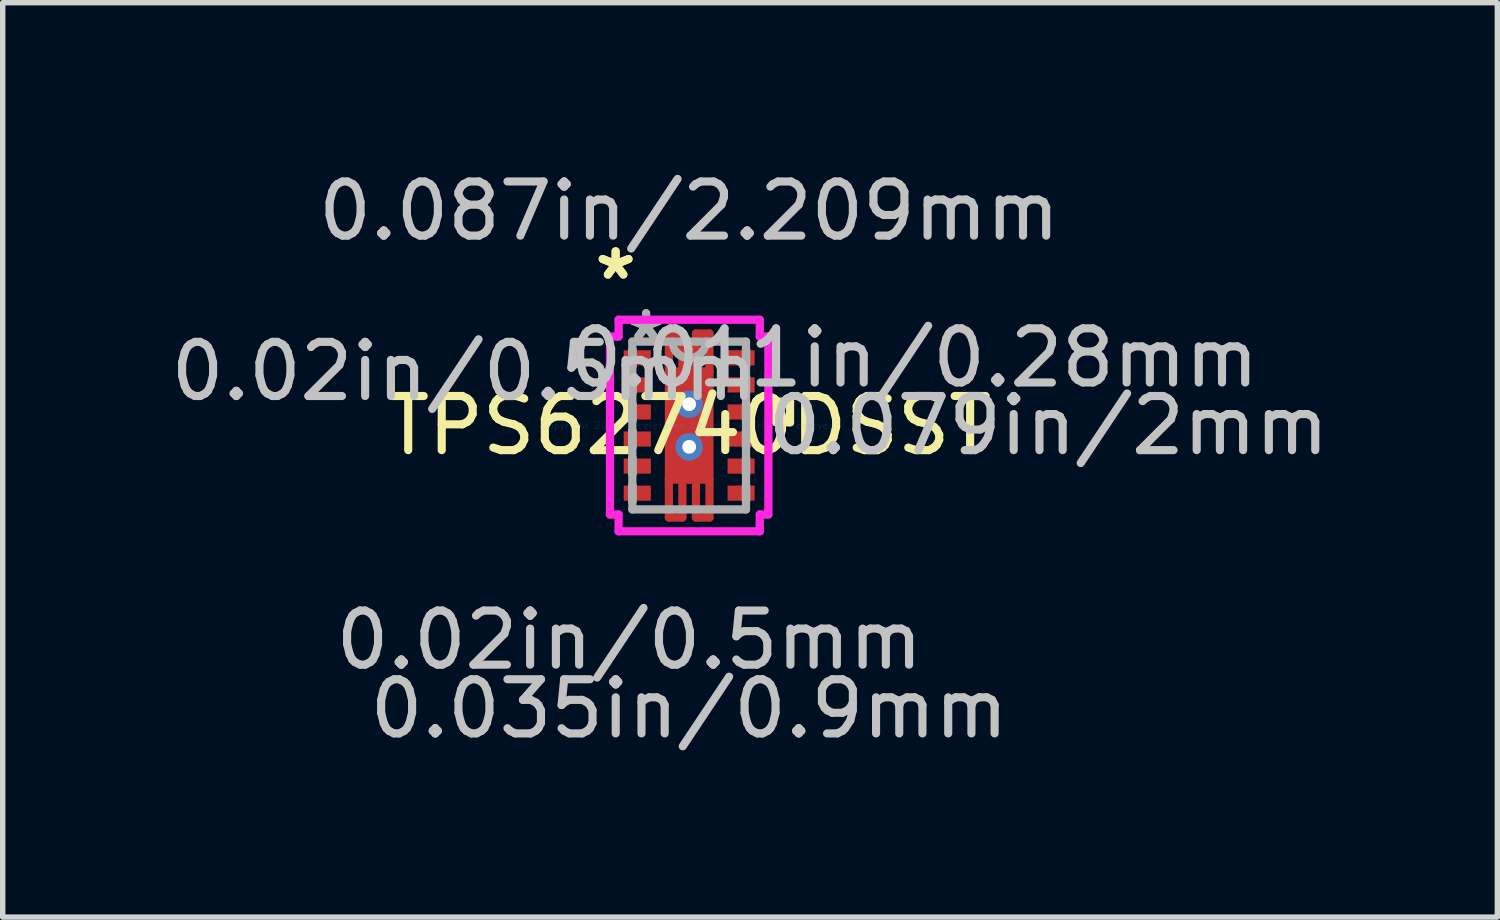
<source format=kicad_pcb>
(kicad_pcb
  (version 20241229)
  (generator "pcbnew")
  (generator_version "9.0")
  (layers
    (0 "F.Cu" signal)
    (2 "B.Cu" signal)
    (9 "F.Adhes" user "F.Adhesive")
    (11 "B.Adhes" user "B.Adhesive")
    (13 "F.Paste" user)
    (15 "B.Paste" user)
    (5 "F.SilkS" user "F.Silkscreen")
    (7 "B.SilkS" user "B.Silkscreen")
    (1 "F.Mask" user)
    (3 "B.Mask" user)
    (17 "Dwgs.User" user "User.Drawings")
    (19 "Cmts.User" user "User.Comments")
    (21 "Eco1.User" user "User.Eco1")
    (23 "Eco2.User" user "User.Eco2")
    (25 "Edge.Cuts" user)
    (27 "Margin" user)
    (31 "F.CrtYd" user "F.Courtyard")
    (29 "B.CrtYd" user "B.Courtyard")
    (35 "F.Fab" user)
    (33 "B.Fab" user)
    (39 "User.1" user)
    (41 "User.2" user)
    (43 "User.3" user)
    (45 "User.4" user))
  (footprint "TPS62740DSST"
    (layer "F.Cu")
    (at 9.682 4.811)
    (property "Reference" "TPS62740DSST" (at 0 0 0) (layer "F.SilkS") (effects (font (size 1 1) (thickness 0.15))))
    (attr through_hole)
    (fp_line (start -0.375 -1.7) (end -0.375 -1) (stroke (width 0.152) (type solid)) (layer "F.Cu"))
    (fp_line (start -0.375 -1) (end -0.125 -1) (stroke (width 0.152) (type solid)) (layer "F.Cu"))
    (fp_line (start -0.375 1) (end -0.125 1) (stroke (width 0.152) (type solid)) (layer "F.Cu"))
    (fp_line (start -0.375 1.7) (end -0.375 1) (stroke (width 0.152) (type solid)) (layer "F.Cu"))
    (fp_line (start -0.125 -1.7) (end -0.375 -1.7) (stroke (width 0.152) (type solid)) (layer "F.Cu"))
    (fp_line (start -0.125 -1) (end -0.125 -1.7) (stroke (width 0.152) (type solid)) (layer "F.Cu"))
    (fp_line (start -0.125 1) (end -0.125 1.7) (stroke (width 0.152) (type solid)) (layer "F.Cu"))
    (fp_line (start -0.125 1.7) (end -0.375 1.7) (stroke (width 0.152) (type solid)) (layer "F.Cu"))
    (fp_line (start 0 -1) (end 0 -1) (stroke (width 0.152) (type solid)) (layer "F.Cu"))
    (fp_line (start 0 -1) (end 0 -1) (stroke (width 0.152) (type solid)) (layer "F.Cu"))
    (fp_line (start 0 -1) (end 0 -1) (stroke (width 0.152) (type solid)) (layer "F.Cu"))
    (fp_line (start 0 -1) (end 0 -1) (stroke (width 0.152) (type solid)) (layer "F.Cu"))
    (fp_line (start 0 -1) (end 0 -1) (stroke (width 0.152) (type solid)) (layer "F.Cu"))
    (fp_line (start 0 -1) (end 0 -1) (stroke (width 0.152) (type solid)) (layer "F.Cu"))
    (fp_line (start 0 -1) (end 0 -1) (stroke (width 0.152) (type solid)) (layer "F.Cu"))
    (fp_line (start 0 -1) (end 0 -1) (stroke (width 0.152) (type solid)) (layer "F.Cu"))
    (fp_line (start 0 1) (end 0 1) (stroke (width 0.152) (type solid)) (layer "F.Cu"))
    (fp_line (start 0 1) (end 0 1) (stroke (width 0.152) (type solid)) (layer "F.Cu"))
    (fp_line (start 0 1) (end 0 1) (stroke (width 0.152) (type solid)) (layer "F.Cu"))
    (fp_line (start 0 1) (end 0 1) (stroke (width 0.152) (type solid)) (layer "F.Cu"))
    (fp_line (start 0 1) (end 0 1) (stroke (width 0.152) (type solid)) (layer "F.Cu"))
    (fp_line (start 0 1) (end 0 1) (stroke (width 0.152) (type solid)) (layer "F.Cu"))
    (fp_line (start 0 1) (end 0 1) (stroke (width 0.152) (type solid)) (layer "F.Cu"))
    (fp_line (start 0 1) (end 0 1) (stroke (width 0.152) (type solid)) (layer "F.Cu"))
    (fp_line (start 0.125 -1.7) (end 0.375 -1.7) (stroke (width 0.152) (type solid)) (layer "F.Cu"))
    (fp_line (start 0.125 -1) (end 0.125 -1.7) (stroke (width 0.152) (type solid)) (layer "F.Cu"))
    (fp_line (start 0.125 1) (end 0.125 1.7) (stroke (width 0.152) (type solid)) (layer "F.Cu"))
    (fp_line (start 0.125 1.7) (end 0.375 1.7) (stroke (width 0.152) (type solid)) (layer "F.Cu"))
    (fp_line (start 0.375 -1.7) (end 0.375 -1) (stroke (width 0.152) (type solid)) (layer "F.Cu"))
    (fp_line (start 0.375 -1) (end 0.125 -1) (stroke (width 0.152) (type solid)) (layer "F.Cu"))
    (fp_line (start 0.375 1) (end 0.125 1) (stroke (width 0.152) (type solid)) (layer "F.Cu"))
    (fp_line (start 0.375 1.7) (end 0.375 1) (stroke (width 0.152) (type solid)) (layer "F.Cu"))
    (fp_line (start -1.279 -1.46) (end -1.279 -1.04) (stroke (width 0.152) (type solid)) (layer "F.Mask"))
    (fp_line (start -1.279 -1.04) (end -0.639 -1.04) (stroke (width 0.152) (type solid)) (layer "F.Mask"))
    (fp_line (start -1.279 -0.96) (end -1.279 -0.54) (stroke (width 0.152) (type solid)) (layer "F.Mask"))
    (fp_line (start -1.279 -0.54) (end -0.639 -0.54) (stroke (width 0.152) (type solid)) (layer "F.Mask"))
    (fp_line (start -1.279 -0.46) (end -1.279 -0.04) (stroke (width 0.152) (type solid)) (layer "F.Mask"))
    (fp_line (start -1.279 -0.04) (end -0.639 -0.04) (stroke (width 0.152) (type solid)) (layer "F.Mask"))
    (fp_line (start -1.279 0.04) (end -1.279 0.46) (stroke (width 0.152) (type solid)) (layer "F.Mask"))
    (fp_line (start -1.279 0.46) (end -0.639 0.46) (stroke (width 0.152) (type solid)) (layer "F.Mask"))
    (fp_line (start -1.279 0.54) (end -1.279 0.96) (stroke (width 0.152) (type solid)) (layer "F.Mask"))
    (fp_line (start -1.279 0.96) (end -0.639 0.96) (stroke (width 0.152) (type solid)) (layer "F.Mask"))
    (fp_line (start -1.279 1.04) (end -1.279 1.46) (stroke (width 0.152) (type solid)) (layer "F.Mask"))
    (fp_line (start -1.279 1.46) (end -0.639 1.46) (stroke (width 0.152) (type solid)) (layer "F.Mask"))
    (fp_line (start -0.639 -1.46) (end -1.279 -1.46) (stroke (width 0.152) (type solid)) (layer "F.Mask"))
    (fp_line (start -0.639 -1.04) (end -0.639 -1.46) (stroke (width 0.152) (type solid)) (layer "F.Mask"))
    (fp_line (start -0.639 -0.96) (end -1.279 -0.96) (stroke (width 0.152) (type solid)) (layer "F.Mask"))
    (fp_line (start -0.639 -0.54) (end -0.639 -0.96) (stroke (width 0.152) (type solid)) (layer "F.Mask"))
    (fp_line (start -0.639 -0.46) (end -1.279 -0.46) (stroke (width 0.152) (type solid)) (layer "F.Mask"))
    (fp_line (start -0.639 -0.04) (end -0.639 -0.46) (stroke (width 0.152) (type solid)) (layer "F.Mask"))
    (fp_line (start -0.639 0.04) (end -1.279 0.04) (stroke (width 0.152) (type solid)) (layer "F.Mask"))
    (fp_line (start -0.639 0.46) (end -0.639 0.04) (stroke (width 0.152) (type solid)) (layer "F.Mask"))
    (fp_line (start -0.639 0.54) (end -1.279 0.54) (stroke (width 0.152) (type solid)) (layer "F.Mask"))
    (fp_line (start -0.639 0.96) (end -0.639 0.54) (stroke (width 0.152) (type solid)) (layer "F.Mask"))
    (fp_line (start -0.639 1.04) (end -1.279 1.04) (stroke (width 0.152) (type solid)) (layer "F.Mask"))
    (fp_line (start -0.639 1.46) (end -0.639 1.04) (stroke (width 0.152) (type solid)) (layer "F.Mask"))
    (fp_line (start -0.513 -1.063) (end -0.2 -1.063) (stroke (width 0.152) (type solid)) (layer "F.Mask"))
    (fp_line (start -0.513 -1.063) (end 0.513 -1.063) (stroke (width 0.152) (type solid)) (layer "F.Mask"))
    (fp_line (start -0.513 -0.594) (end -0.513 -1.063) (stroke (width 0.152) (type solid)) (layer "F.Mask"))
    (fp_line (start -0.513 -0.194) (end 0.513 -0.194) (stroke (width 0.152) (type solid)) (layer "F.Mask"))
    (fp_line (start -0.513 0.194) (end -0.513 -0.194) (stroke (width 0.152) (type solid)) (layer "F.Mask"))
    (fp_line (start -0.513 0.594) (end 0.513 0.594) (stroke (width 0.152) (type solid)) (layer "F.Mask"))
    (fp_line (start -0.513 1.063) (end -0.513 -1.063) (stroke (width 0.152) (type solid)) (layer "F.Mask"))
    (fp_line (start -0.513 1.063) (end -0.513 0.594) (stroke (width 0.152) (type solid)) (layer "F.Mask"))
    (fp_line (start -0.375 -1.7) (end -0.375 -1) (stroke (width 0.152) (type solid)) (layer "F.Mask"))
    (fp_line (start -0.375 -1) (end -0.125 -1) (stroke (width 0.152) (type solid)) (layer "F.Mask"))
    (fp_line (start -0.375 1) (end -0.125 1) (stroke (width 0.152) (type solid)) (layer "F.Mask"))
    (fp_line (start -0.375 1.7) (end -0.375 1) (stroke (width 0.152) (type solid)) (layer "F.Mask"))
    (fp_line (start -0.2 -1.063) (end -0.2 1.063) (stroke (width 0.152) (type solid)) (layer "F.Mask"))
    (fp_line (start -0.2 1.063) (end -0.513 1.063) (stroke (width 0.152) (type solid)) (layer "F.Mask"))
    (fp_line (start -0.125 -1.7) (end -0.375 -1.7) (stroke (width 0.152) (type solid)) (layer "F.Mask"))
    (fp_line (start -0.125 -1) (end -0.125 -1.7) (stroke (width 0.152) (type solid)) (layer "F.Mask"))
    (fp_line (start -0.125 1) (end -0.125 1.7) (stroke (width 0.152) (type solid)) (layer "F.Mask"))
    (fp_line (start -0.125 1.7) (end -0.375 1.7) (stroke (width 0.152) (type solid)) (layer "F.Mask"))
    (fp_line (start 0 -1) (end 0 -1) (stroke (width 0.152) (type solid)) (layer "F.Mask"))
    (fp_line (start 0 -1) (end 0 -1) (stroke (width 0.152) (type solid)) (layer "F.Mask"))
    (fp_line (start 0 -1) (end 0 -1) (stroke (width 0.152) (type solid)) (layer "F.Mask"))
    (fp_line (start 0 -1) (end 0 -1) (stroke (width 0.152) (type solid)) (layer "F.Mask"))
    (fp_line (start 0 -1) (end 0 -1) (stroke (width 0.152) (type solid)) (layer "F.Mask"))
    (fp_line (start 0 -1) (end 0 -1) (stroke (width 0.152) (type solid)) (layer "F.Mask"))
    (fp_line (start 0 -1) (end 0 -1) (stroke (width 0.152) (type solid)) (layer "F.Mask"))
    (fp_line (start 0 -1) (end 0 -1) (stroke (width 0.152) (type solid)) (layer "F.Mask"))
    (fp_line (start 0 1) (end 0 1) (stroke (width 0.152) (type solid)) (layer "F.Mask"))
    (fp_line (start 0 1) (end 0 1) (stroke (width 0.152) (type solid)) (layer "F.Mask"))
    (fp_line (start 0 1) (end 0 1) (stroke (width 0.152) (type solid)) (layer "F.Mask"))
    (fp_line (start 0 1) (end 0 1) (stroke (width 0.152) (type solid)) (layer "F.Mask"))
    (fp_line (start 0 1) (end 0 1) (stroke (width 0.152) (type solid)) (layer "F.Mask"))
    (fp_line (start 0 1) (end 0 1) (stroke (width 0.152) (type solid)) (layer "F.Mask"))
    (fp_line (start 0 1) (end 0 1) (stroke (width 0.152) (type solid)) (layer "F.Mask"))
    (fp_line (start 0 1) (end 0 1) (stroke (width 0.152) (type solid)) (layer "F.Mask"))
    (fp_line (start 0.125 -1.7) (end 0.375 -1.7) (stroke (width 0.152) (type solid)) (layer "F.Mask"))
    (fp_line (start 0.125 -1) (end 0.125 -1.7) (stroke (width 0.152) (type solid)) (layer "F.Mask"))
    (fp_line (start 0.125 1) (end 0.125 1.7) (stroke (width 0.152) (type solid)) (layer "F.Mask"))
    (fp_line (start 0.125 1.7) (end 0.375 1.7) (stroke (width 0.152) (type solid)) (layer "F.Mask"))
    (fp_line (start 0.2 -1.063) (end 0.513 -1.063) (stroke (width 0.152) (type solid)) (layer "F.Mask"))
    (fp_line (start 0.2 1.063) (end 0.2 -1.063) (stroke (width 0.152) (type solid)) (layer "F.Mask"))
    (fp_line (start 0.375 -1.7) (end 0.375 -1) (stroke (width 0.152) (type solid)) (layer "F.Mask"))
    (fp_line (start 0.375 -1) (end 0.125 -1) (stroke (width 0.152) (type solid)) (layer "F.Mask"))
    (fp_line (start 0.375 1) (end 0.125 1) (stroke (width 0.152) (type solid)) (layer "F.Mask"))
    (fp_line (start 0.375 1.7) (end 0.375 1) (stroke (width 0.152) (type solid)) (layer "F.Mask"))
    (fp_line (start 0.513 -1.063) (end 0.513 -0.594) (stroke (width 0.152) (type solid)) (layer "F.Mask"))
    (fp_line (start 0.513 -1.063) (end 0.513 1.063) (stroke (width 0.152) (type solid)) (layer "F.Mask"))
    (fp_line (start 0.513 -0.594) (end -0.513 -0.594) (stroke (width 0.152) (type solid)) (layer "F.Mask"))
    (fp_line (start 0.513 -0.194) (end 0.513 0.194) (stroke (width 0.152) (type solid)) (layer "F.Mask"))
    (fp_line (start 0.513 0.194) (end -0.513 0.194) (stroke (width 0.152) (type solid)) (layer "F.Mask"))
    (fp_line (start 0.513 0.594) (end 0.513 1.063) (stroke (width 0.152) (type solid)) (layer "F.Mask"))
    (fp_line (start 0.513 1.063) (end -0.513 1.063) (stroke (width 0.152) (type solid)) (layer "F.Mask"))
    (fp_line (start 0.513 1.063) (end 0.2 1.063) (stroke (width 0.152) (type solid)) (layer "F.Mask"))
    (fp_line (start 0.639 -1.46) (end 0.639 -1.04) (stroke (width 0.152) (type solid)) (layer "F.Mask"))
    (fp_line (start 0.639 -1.04) (end 1.279 -1.04) (stroke (width 0.152) (type solid)) (layer "F.Mask"))
    (fp_line (start 0.639 -0.96) (end 0.639 -0.54) (stroke (width 0.152) (type solid)) (layer "F.Mask"))
    (fp_line (start 0.639 -0.54) (end 1.279 -0.54) (stroke (width 0.152) (type solid)) (layer "F.Mask"))
    (fp_line (start 0.639 -0.46) (end 0.639 -0.04) (stroke (width 0.152) (type solid)) (layer "F.Mask"))
    (fp_line (start 0.639 -0.04) (end 1.279 -0.04) (stroke (width 0.152) (type solid)) (layer "F.Mask"))
    (fp_line (start 0.639 0.04) (end 0.639 0.46) (stroke (width 0.152) (type solid)) (layer "F.Mask"))
    (fp_line (start 0.639 0.46) (end 1.279 0.46) (stroke (width 0.152) (type solid)) (layer "F.Mask"))
    (fp_line (start 0.639 0.54) (end 0.639 0.96) (stroke (width 0.152) (type solid)) (layer "F.Mask"))
    (fp_line (start 0.639 0.96) (end 1.279 0.96) (stroke (width 0.152) (type solid)) (layer "F.Mask"))
    (fp_line (start 0.639 1.04) (end 0.639 1.46) (stroke (width 0.152) (type solid)) (layer "F.Mask"))
    (fp_line (start 0.639 1.46) (end 1.279 1.46) (stroke (width 0.152) (type solid)) (layer "F.Mask"))
    (fp_line (start 1.279 -1.46) (end 0.639 -1.46) (stroke (width 0.152) (type solid)) (layer "F.Mask"))
    (fp_line (start 1.279 -1.04) (end 1.279 -1.46) (stroke (width 0.152) (type solid)) (layer "F.Mask"))
    (fp_line (start 1.279 -0.96) (end 0.639 -0.96) (stroke (width 0.152) (type solid)) (layer "F.Mask"))
    (fp_line (start 1.279 -0.54) (end 1.279 -0.96) (stroke (width 0.152) (type solid)) (layer "F.Mask"))
    (fp_line (start 1.279 -0.46) (end 0.639 -0.46) (stroke (width 0.152) (type solid)) (layer "F.Mask"))
    (fp_line (start 1.279 -0.04) (end 1.279 -0.46) (stroke (width 0.152) (type solid)) (layer "F.Mask"))
    (fp_line (start 1.279 0.04) (end 0.639 0.04) (stroke (width 0.152) (type solid)) (layer "F.Mask"))
    (fp_line (start 1.279 0.46) (end 1.279 0.04) (stroke (width 0.152) (type solid)) (layer "F.Mask"))
    (fp_line (start 1.279 0.54) (end 0.639 0.54) (stroke (width 0.152) (type solid)) (layer "F.Mask"))
    (fp_line (start 1.279 0.96) (end 1.279 0.54) (stroke (width 0.152) (type solid)) (layer "F.Mask"))
    (fp_line (start 1.279 1.04) (end 0.639 1.04) (stroke (width 0.152) (type solid)) (layer "F.Mask"))
    (fp_line (start 1.279 1.46) (end 1.279 1.04) (stroke (width 0.152) (type solid)) (layer "F.Mask"))
    (fp_line (start 1.609 -0.441) (end 1.863 -0.441) (stroke (width 0.152) (type solid)) (layer "F.SilkS"))
    (fp_line (start 1.609 -0.059) (end 1.609 -0.441) (stroke (width 0.152) (type solid)) (layer "F.SilkS"))
    (fp_line (start 1.863 -0.441) (end 1.863 -0.059) (stroke (width 0.152) (type solid)) (layer "F.SilkS"))
    (fp_line (start 1.863 -0.059) (end 1.609 -0.059) (stroke (width 0.152) (type solid)) (layer "F.SilkS"))
    (fp_line (start -1.184 -1.365) (end -1.184 -1.135) (stroke (width 0.152) (type solid)) (layer "F.Paste"))
    (fp_line (start -1.184 -1.135) (end -0.734 -1.135) (stroke (width 0.152) (type solid)) (layer "F.Paste"))
    (fp_line (start -1.184 -0.865) (end -1.184 -0.635) (stroke (width 0.152) (type solid)) (layer "F.Paste"))
    (fp_line (start -1.184 -0.635) (end -0.734 -0.635) (stroke (width 0.152) (type solid)) (layer "F.Paste"))
    (fp_line (start -1.184 -0.365) (end -1.184 -0.135) (stroke (width 0.152) (type solid)) (layer "F.Paste"))
    (fp_line (start -1.184 -0.135) (end -0.734 -0.135) (stroke (width 0.152) (type solid)) (layer "F.Paste"))
    (fp_line (start -1.184 0.135) (end -1.184 0.365) (stroke (width 0.152) (type solid)) (layer "F.Paste"))
    (fp_line (start -1.184 0.365) (end -0.734 0.365) (stroke (width 0.152) (type solid)) (layer "F.Paste"))
    (fp_line (start -1.184 0.635) (end -1.184 0.865) (stroke (width 0.152) (type solid)) (layer "F.Paste"))
    (fp_line (start -1.184 0.865) (end -0.734 0.865) (stroke (width 0.152) (type solid)) (layer "F.Paste"))
    (fp_line (start -1.184 1.135) (end -1.184 1.365) (stroke (width 0.152) (type solid)) (layer "F.Paste"))
    (fp_line (start -1.184 1.365) (end -0.734 1.365) (stroke (width 0.152) (type solid)) (layer "F.Paste"))
    (fp_line (start -0.734 -1.365) (end -1.184 -1.365) (stroke (width 0.152) (type solid)) (layer "F.Paste"))
    (fp_line (start -0.734 -1.135) (end -0.734 -1.365) (stroke (width 0.152) (type solid)) (layer "F.Paste"))
    (fp_line (start -0.734 -0.865) (end -1.184 -0.865) (stroke (width 0.152) (type solid)) (layer "F.Paste"))
    (fp_line (start -0.734 -0.635) (end -0.734 -0.865) (stroke (width 0.152) (type solid)) (layer "F.Paste"))
    (fp_line (start -0.734 -0.365) (end -1.184 -0.365) (stroke (width 0.152) (type solid)) (layer "F.Paste"))
    (fp_line (start -0.734 -0.135) (end -0.734 -0.365) (stroke (width 0.152) (type solid)) (layer "F.Paste"))
    (fp_line (start -0.734 0.135) (end -1.184 0.135) (stroke (width 0.152) (type solid)) (layer "F.Paste"))
    (fp_line (start -0.734 0.365) (end -0.734 0.135) (stroke (width 0.152) (type solid)) (layer "F.Paste"))
    (fp_line (start -0.734 0.635) (end -1.184 0.635) (stroke (width 0.152) (type solid)) (layer "F.Paste"))
    (fp_line (start -0.734 0.865) (end -0.734 0.635) (stroke (width 0.152) (type solid)) (layer "F.Paste"))
    (fp_line (start -0.734 1.135) (end -1.184 1.135) (stroke (width 0.152) (type solid)) (layer "F.Paste"))
    (fp_line (start -0.734 1.365) (end -0.734 1.135) (stroke (width 0.152) (type solid)) (layer "F.Paste"))
    (fp_line (start -0.375 -0.925) (end -0.375 -0.494) (stroke (width 0.152) (type solid)) (layer "F.Paste"))
    (fp_line (start -0.375 -0.494) (end -0.241 -0.494) (stroke (width 0.152) (type solid)) (layer "F.Paste"))
    (fp_line (start -0.375 -0.294) (end -0.375 0.294) (stroke (width 0.152) (type solid)) (layer "F.Paste"))
    (fp_line (start -0.375 0.294) (end -0.241 0.294) (stroke (width 0.152) (type solid)) (layer "F.Paste"))
    (fp_line (start -0.375 0.494) (end -0.375 0.925) (stroke (width 0.152) (type solid)) (layer "F.Paste"))
    (fp_line (start -0.375 0.925) (end -0.1 0.925) (stroke (width 0.152) (type solid)) (layer "F.Paste"))
    (fp_line (start -0.324 -1.649) (end -0.324 -1.051) (stroke (width 0.152) (type solid)) (layer "F.Paste"))
    (fp_line (start -0.324 -1.051) (end -0.176 -1.051) (stroke (width 0.152) (type solid)) (layer "F.Paste"))
    (fp_line (start -0.324 1.051) (end -0.176 1.051) (stroke (width 0.152) (type solid)) (layer "F.Paste"))
    (fp_line (start -0.324 1.649) (end -0.324 1.051) (stroke (width 0.152) (type solid)) (layer "F.Paste"))
    (fp_line (start -0.241 -0.494) (end -0.241 -0.494) (stroke (width 0.152) (type solid)) (layer "F.Paste"))
    (fp_line (start -0.241 -0.494) (end -0.1 -0.635) (stroke (width 0.152) (type solid)) (layer "F.Paste"))
    (fp_line (start -0.241 -0.294) (end -0.375 -0.294) (stroke (width 0.152) (type solid)) (layer "F.Paste"))
    (fp_line (start -0.241 -0.294) (end -0.241 -0.294) (stroke (width 0.152) (type solid)) (layer "F.Paste"))
    (fp_line (start -0.241 0.294) (end -0.241 0.294) (stroke (width 0.152) (type solid)) (layer "F.Paste"))
    (fp_line (start -0.241 0.294) (end -0.1 0.152) (stroke (width 0.152) (type solid)) (layer "F.Paste"))
    (fp_line (start -0.241 0.494) (end -0.375 0.494) (stroke (width 0.152) (type solid)) (layer "F.Paste"))
    (fp_line (start -0.241 0.494) (end -0.241 0.494) (stroke (width 0.152) (type solid)) (layer "F.Paste"))
    (fp_line (start -0.176 -1.649) (end -0.324 -1.649) (stroke (width 0.152) (type solid)) (layer "F.Paste"))
    (fp_line (start -0.176 -1.051) (end -0.176 -1.649) (stroke (width 0.152) (type solid)) (layer "F.Paste"))
    (fp_line (start -0.176 1.051) (end -0.176 1.649) (stroke (width 0.152) (type solid)) (layer "F.Paste"))
    (fp_line (start -0.176 1.649) (end -0.324 1.649) (stroke (width 0.152) (type solid)) (layer "F.Paste"))
    (fp_line (start -0.1 -0.925) (end -0.375 -0.925) (stroke (width 0.152) (type solid)) (layer "F.Paste"))
    (fp_line (start -0.1 -0.635) (end -0.1 -0.925) (stroke (width 0.152) (type solid)) (layer "F.Paste"))
    (fp_line (start -0.1 -0.635) (end -0.1 -0.635) (stroke (width 0.152) (type solid)) (layer "F.Paste"))
    (fp_line (start -0.1 -0.152) (end -0.241 -0.294) (stroke (width 0.152) (type solid)) (layer "F.Paste"))
    (fp_line (start -0.1 -0.152) (end -0.1 -0.152) (stroke (width 0.152) (type solid)) (layer "F.Paste"))
    (fp_line (start -0.1 0.152) (end -0.1 -0.152) (stroke (width 0.152) (type solid)) (layer "F.Paste"))
    (fp_line (start -0.1 0.152) (end -0.1 0.152) (stroke (width 0.152) (type solid)) (layer "F.Paste"))
    (fp_line (start -0.1 0.635) (end -0.241 0.494) (stroke (width 0.152) (type solid)) (layer "F.Paste"))
    (fp_line (start -0.1 0.635) (end -0.1 0.635) (stroke (width 0.152) (type solid)) (layer "F.Paste"))
    (fp_line (start -0.1 0.925) (end -0.1 0.635) (stroke (width 0.152) (type solid)) (layer "F.Paste"))
    (fp_line (start 0 -1) (end 0 -1) (stroke (width 0.152) (type solid)) (layer "F.Paste"))
    (fp_line (start 0 -1) (end 0 -1) (stroke (width 0.152) (type solid)) (layer "F.Paste"))
    (fp_line (start 0 -1) (end 0 -1) (stroke (width 0.152) (type solid)) (layer "F.Paste"))
    (fp_line (start 0 -1) (end 0 -1) (stroke (width 0.152) (type solid)) (layer "F.Paste"))
    (fp_line (start 0 -1) (end 0 -1) (stroke (width 0.152) (type solid)) (layer "F.Paste"))
    (fp_line (start 0 -1) (end 0 -1) (stroke (width 0.152) (type solid)) (layer "F.Paste"))
    (fp_line (start 0 -1) (end 0 -1) (stroke (width 0.152) (type solid)) (layer "F.Paste"))
    (fp_line (start 0 -1) (end 0 -1) (stroke (width 0.152) (type solid)) (layer "F.Paste"))
    (fp_line (start 0 1) (end 0 1) (stroke (width 0.152) (type solid)) (layer "F.Paste"))
    (fp_line (start 0 1) (end 0 1) (stroke (width 0.152) (type solid)) (layer "F.Paste"))
    (fp_line (start 0 1) (end 0 1) (stroke (width 0.152) (type solid)) (layer "F.Paste"))
    (fp_line (start 0 1) (end 0 1) (stroke (width 0.152) (type solid)) (layer "F.Paste"))
    (fp_line (start 0 1) (end 0 1) (stroke (width 0.152) (type solid)) (layer "F.Paste"))
    (fp_line (start 0 1) (end 0 1) (stroke (width 0.152) (type solid)) (layer "F.Paste"))
    (fp_line (start 0 1) (end 0 1) (stroke (width 0.152) (type solid)) (layer "F.Paste"))
    (fp_line (start 0 1) (end 0 1) (stroke (width 0.152) (type solid)) (layer "F.Paste"))
    (fp_line (start 0.1 -0.925) (end 0.1 -0.635) (stroke (width 0.152) (type solid)) (layer "F.Paste"))
    (fp_line (start 0.1 -0.635) (end 0.1 -0.635) (stroke (width 0.152) (type solid)) (layer "F.Paste"))
    (fp_line (start 0.1 -0.635) (end 0.241 -0.494) (stroke (width 0.152) (type solid)) (layer "F.Paste"))
    (fp_line (start 0.1 -0.152) (end 0.1 -0.152) (stroke (width 0.152) (type solid)) (layer "F.Paste"))
    (fp_line (start 0.1 -0.152) (end 0.1 0.152) (stroke (width 0.152) (type solid)) (layer "F.Paste"))
    (fp_line (start 0.1 0.152) (end 0.1 0.152) (stroke (width 0.152) (type solid)) (layer "F.Paste"))
    (fp_line (start 0.1 0.152) (end 0.241 0.294) (stroke (width 0.152) (type solid)) (layer "F.Paste"))
    (fp_line (start 0.1 0.635) (end 0.1 0.635) (stroke (width 0.152) (type solid)) (layer "F.Paste"))
    (fp_line (start 0.1 0.635) (end 0.1 0.925) (stroke (width 0.152) (type solid)) (layer "F.Paste"))
    (fp_line (start 0.1 0.925) (end 0.375 0.925) (stroke (width 0.152) (type solid)) (layer "F.Paste"))
    (fp_line (start 0.176 -1.649) (end 0.324 -1.649) (stroke (width 0.152) (type solid)) (layer "F.Paste"))
    (fp_line (start 0.176 -1.051) (end 0.176 -1.649) (stroke (width 0.152) (type solid)) (layer "F.Paste"))
    (fp_line (start 0.176 1.051) (end 0.176 1.649) (stroke (width 0.152) (type solid)) (layer "F.Paste"))
    (fp_line (start 0.176 1.649) (end 0.324 1.649) (stroke (width 0.152) (type solid)) (layer "F.Paste"))
    (fp_line (start 0.241 -0.494) (end 0.241 -0.494) (stroke (width 0.152) (type solid)) (layer "F.Paste"))
    (fp_line (start 0.241 -0.494) (end 0.375 -0.494) (stroke (width 0.152) (type solid)) (layer "F.Paste"))
    (fp_line (start 0.241 -0.294) (end 0.1 -0.152) (stroke (width 0.152) (type solid)) (layer "F.Paste"))
    (fp_line (start 0.241 -0.294) (end 0.241 -0.294) (stroke (width 0.152) (type solid)) (layer "F.Paste"))
    (fp_line (start 0.241 0.294) (end 0.241 0.294) (stroke (width 0.152) (type solid)) (layer "F.Paste"))
    (fp_line (start 0.241 0.294) (end 0.375 0.294) (stroke (width 0.152) (type solid)) (layer "F.Paste"))
    (fp_line (start 0.241 0.494) (end 0.1 0.635) (stroke (width 0.152) (type solid)) (layer "F.Paste"))
    (fp_line (start 0.241 0.494) (end 0.241 0.494) (stroke (width 0.152) (type solid)) (layer "F.Paste"))
    (fp_line (start 0.324 -1.649) (end 0.324 -1.051) (stroke (width 0.152) (type solid)) (layer "F.Paste"))
    (fp_line (start 0.324 -1.051) (end 0.176 -1.051) (stroke (width 0.152) (type solid)) (layer "F.Paste"))
    (fp_line (start 0.324 1.051) (end 0.176 1.051) (stroke (width 0.152) (type solid)) (layer "F.Paste"))
    (fp_line (start 0.324 1.649) (end 0.324 1.051) (stroke (width 0.152) (type solid)) (layer "F.Paste"))
    (fp_line (start 0.375 -0.925) (end 0.1 -0.925) (stroke (width 0.152) (type solid)) (layer "F.Paste"))
    (fp_line (start 0.375 -0.494) (end 0.375 -0.925) (stroke (width 0.152) (type solid)) (layer "F.Paste"))
    (fp_line (start 0.375 -0.294) (end 0.241 -0.294) (stroke (width 0.152) (type solid)) (layer "F.Paste"))
    (fp_line (start 0.375 0.294) (end 0.375 -0.294) (stroke (width 0.152) (type solid)) (layer "F.Paste"))
    (fp_line (start 0.375 0.494) (end 0.241 0.494) (stroke (width 0.152) (type solid)) (layer "F.Paste"))
    (fp_line (start 0.375 0.925) (end 0.375 0.494) (stroke (width 0.152) (type solid)) (layer "F.Paste"))
    (fp_line (start 0.734 -1.365) (end 0.734 -1.135) (stroke (width 0.152) (type solid)) (layer "F.Paste"))
    (fp_line (start 0.734 -1.135) (end 1.184 -1.135) (stroke (width 0.152) (type solid)) (layer "F.Paste"))
    (fp_line (start 0.734 -0.865) (end 0.734 -0.635) (stroke (width 0.152) (type solid)) (layer "F.Paste"))
    (fp_line (start 0.734 -0.635) (end 1.184 -0.635) (stroke (width 0.152) (type solid)) (layer "F.Paste"))
    (fp_line (start 0.734 -0.365) (end 0.734 -0.135) (stroke (width 0.152) (type solid)) (layer "F.Paste"))
    (fp_line (start 0.734 -0.135) (end 1.184 -0.135) (stroke (width 0.152) (type solid)) (layer "F.Paste"))
    (fp_line (start 0.734 0.135) (end 0.734 0.365) (stroke (width 0.152) (type solid)) (layer "F.Paste"))
    (fp_line (start 0.734 0.365) (end 1.184 0.365) (stroke (width 0.152) (type solid)) (layer "F.Paste"))
    (fp_line (start 0.734 0.635) (end 0.734 0.865) (stroke (width 0.152) (type solid)) (layer "F.Paste"))
    (fp_line (start 0.734 0.865) (end 1.184 0.865) (stroke (width 0.152) (type solid)) (layer "F.Paste"))
    (fp_line (start 0.734 1.135) (end 0.734 1.365) (stroke (width 0.152) (type solid)) (layer "F.Paste"))
    (fp_line (start 0.734 1.365) (end 1.184 1.365) (stroke (width 0.152) (type solid)) (layer "F.Paste"))
    (fp_line (start 1.184 -1.365) (end 0.734 -1.365) (stroke (width 0.152) (type solid)) (layer "F.Paste"))
    (fp_line (start 1.184 -1.135) (end 1.184 -1.365) (stroke (width 0.152) (type solid)) (layer "F.Paste"))
    (fp_line (start 1.184 -0.865) (end 0.734 -0.865) (stroke (width 0.152) (type solid)) (layer "F.Paste"))
    (fp_line (start 1.184 -0.635) (end 1.184 -0.865) (stroke (width 0.152) (type solid)) (layer "F.Paste"))
    (fp_line (start 1.184 -0.365) (end 0.734 -0.365) (stroke (width 0.152) (type solid)) (layer "F.Paste"))
    (fp_line (start 1.184 -0.135) (end 1.184 -0.365) (stroke (width 0.152) (type solid)) (layer "F.Paste"))
    (fp_line (start 1.184 0.135) (end 0.734 0.135) (stroke (width 0.152) (type solid)) (layer "F.Paste"))
    (fp_line (start 1.184 0.365) (end 1.184 0.135) (stroke (width 0.152) (type solid)) (layer "F.Paste"))
    (fp_line (start 1.184 0.635) (end 0.734 0.635) (stroke (width 0.152) (type solid)) (layer "F.Paste"))
    (fp_line (start 1.184 0.865) (end 1.184 0.635) (stroke (width 0.152) (type solid)) (layer "F.Paste"))
    (fp_line (start 1.184 1.135) (end 0.734 1.135) (stroke (width 0.152) (type solid)) (layer "F.Paste"))
    (fp_line (start 1.184 1.365) (end 1.184 1.135) (stroke (width 0.152) (type solid)) (layer "F.Paste"))
    (fp_line (start -1.463 -1.644) (end -1.304 -1.644) (stroke (width 0.152) (type solid)) (layer "F.CrtYd"))
    (fp_line (start -1.463 1.644) (end -1.463 -1.644) (stroke (width 0.152) (type solid)) (layer "F.CrtYd"))
    (fp_line (start -1.304 -1.954) (end 1.304 -1.954) (stroke (width 0.152) (type solid)) (layer "F.CrtYd"))
    (fp_line (start -1.304 -1.644) (end -1.304 -1.954) (stroke (width 0.152) (type solid)) (layer "F.CrtYd"))
    (fp_line (start -1.304 1.644) (end -1.463 1.644) (stroke (width 0.152) (type solid)) (layer "F.CrtYd"))
    (fp_line (start -1.304 1.954) (end -1.304 1.644) (stroke (width 0.152) (type solid)) (layer "F.CrtYd"))
    (fp_line (start 1.304 -1.954) (end 1.304 -1.644) (stroke (width 0.152) (type solid)) (layer "F.CrtYd"))
    (fp_line (start 1.304 -1.644) (end 1.463 -1.644) (stroke (width 0.152) (type solid)) (layer "F.CrtYd"))
    (fp_line (start 1.304 1.644) (end 1.304 1.954) (stroke (width 0.152) (type solid)) (layer "F.CrtYd"))
    (fp_line (start 1.304 1.954) (end -1.304 1.954) (stroke (width 0.152) (type solid)) (layer "F.CrtYd"))
    (fp_line (start 1.463 -1.644) (end 1.463 1.644) (stroke (width 0.152) (type solid)) (layer "F.CrtYd"))
    (fp_line (start 1.463 1.644) (end 1.304 1.644) (stroke (width 0.152) (type solid)) (layer "F.CrtYd"))
    (fp_line (start -1.05 -1.55) (end -1.05 1.55) (stroke (width 0.152) (type solid)) (layer "F.Fab"))
    (fp_line (start -1.05 -1.4) (end -1.05 -1.4) (stroke (width 0.152) (type solid)) (layer "F.Fab"))
    (fp_line (start -1.05 -1.4) (end -1.05 -1.1) (stroke (width 0.152) (type solid)) (layer "F.Fab"))
    (fp_line (start -1.05 -1.1) (end -1.05 -1.4) (stroke (width 0.152) (type solid)) (layer "F.Fab"))
    (fp_line (start -1.05 -1.1) (end -1.05 -1.1) (stroke (width 0.152) (type solid)) (layer "F.Fab"))
    (fp_line (start -1.05 -0.9) (end -1.05 -0.9) (stroke (width 0.152) (type solid)) (layer "F.Fab"))
    (fp_line (start -1.05 -0.9) (end -1.05 -0.6) (stroke (width 0.152) (type solid)) (layer "F.Fab"))
    (fp_line (start -1.05 -0.6) (end -1.05 -0.9) (stroke (width 0.152) (type solid)) (layer "F.Fab"))
    (fp_line (start -1.05 -0.6) (end -1.05 -0.6) (stroke (width 0.152) (type solid)) (layer "F.Fab"))
    (fp_line (start -1.05 -0.4) (end -1.05 -0.4) (stroke (width 0.152) (type solid)) (layer "F.Fab"))
    (fp_line (start -1.05 -0.4) (end -1.05 -0.1) (stroke (width 0.152) (type solid)) (layer "F.Fab"))
    (fp_line (start -1.05 -0.1) (end -1.05 -0.4) (stroke (width 0.152) (type solid)) (layer "F.Fab"))
    (fp_line (start -1.05 -0.1) (end -1.05 -0.1) (stroke (width 0.152) (type solid)) (layer "F.Fab"))
    (fp_line (start -1.05 0.1) (end -1.05 0.1) (stroke (width 0.152) (type solid)) (layer "F.Fab"))
    (fp_line (start -1.05 0.1) (end -1.05 0.4) (stroke (width 0.152) (type solid)) (layer "F.Fab"))
    (fp_line (start -1.05 0.4) (end -1.05 0.1) (stroke (width 0.152) (type solid)) (layer "F.Fab"))
    (fp_line (start -1.05 0.4) (end -1.05 0.4) (stroke (width 0.152) (type solid)) (layer "F.Fab"))
    (fp_line (start -1.05 0.6) (end -1.05 0.6) (stroke (width 0.152) (type solid)) (layer "F.Fab"))
    (fp_line (start -1.05 0.6) (end -1.05 0.9) (stroke (width 0.152) (type solid)) (layer "F.Fab"))
    (fp_line (start -1.05 0.9) (end -1.05 0.6) (stroke (width 0.152) (type solid)) (layer "F.Fab"))
    (fp_line (start -1.05 0.9) (end -1.05 0.9) (stroke (width 0.152) (type solid)) (layer "F.Fab"))
    (fp_line (start -1.05 1.1) (end -1.05 1.1) (stroke (width 0.152) (type solid)) (layer "F.Fab"))
    (fp_line (start -1.05 1.1) (end -1.05 1.4) (stroke (width 0.152) (type solid)) (layer "F.Fab"))
    (fp_line (start -1.05 1.4) (end -1.05 1.1) (stroke (width 0.152) (type solid)) (layer "F.Fab"))
    (fp_line (start -1.05 1.4) (end -1.05 1.4) (stroke (width 0.152) (type solid)) (layer "F.Fab"))
    (fp_line (start -1.05 1.55) (end 1.05 1.55) (stroke (width 0.152) (type solid)) (layer "F.Fab"))
    (fp_line (start 1.05 -1.55) (end -1.05 -1.55) (stroke (width 0.152) (type solid)) (layer "F.Fab"))
    (fp_line (start 1.05 -1.4) (end 1.05 -1.4) (stroke (width 0.152) (type solid)) (layer "F.Fab"))
    (fp_line (start 1.05 -1.4) (end 1.05 -1.1) (stroke (width 0.152) (type solid)) (layer "F.Fab"))
    (fp_line (start 1.05 -1.1) (end 1.05 -1.4) (stroke (width 0.152) (type solid)) (layer "F.Fab"))
    (fp_line (start 1.05 -1.1) (end 1.05 -1.1) (stroke (width 0.152) (type solid)) (layer "F.Fab"))
    (fp_line (start 1.05 -0.9) (end 1.05 -0.9) (stroke (width 0.152) (type solid)) (layer "F.Fab"))
    (fp_line (start 1.05 -0.9) (end 1.05 -0.6) (stroke (width 0.152) (type solid)) (layer "F.Fab"))
    (fp_line (start 1.05 -0.6) (end 1.05 -0.9) (stroke (width 0.152) (type solid)) (layer "F.Fab"))
    (fp_line (start 1.05 -0.6) (end 1.05 -0.6) (stroke (width 0.152) (type solid)) (layer "F.Fab"))
    (fp_line (start 1.05 -0.4) (end 1.05 -0.4) (stroke (width 0.152) (type solid)) (layer "F.Fab"))
    (fp_line (start 1.05 -0.4) (end 1.05 -0.1) (stroke (width 0.152) (type solid)) (layer "F.Fab"))
    (fp_line (start 1.05 -0.1) (end 1.05 -0.4) (stroke (width 0.152) (type solid)) (layer "F.Fab"))
    (fp_line (start 1.05 -0.1) (end 1.05 -0.1) (stroke (width 0.152) (type solid)) (layer "F.Fab"))
    (fp_line (start 1.05 0.1) (end 1.05 0.1) (stroke (width 0.152) (type solid)) (layer "F.Fab"))
    (fp_line (start 1.05 0.1) (end 1.05 0.4) (stroke (width 0.152) (type solid)) (layer "F.Fab"))
    (fp_line (start 1.05 0.4) (end 1.05 0.1) (stroke (width 0.152) (type solid)) (layer "F.Fab"))
    (fp_line (start 1.05 0.4) (end 1.05 0.4) (stroke (width 0.152) (type solid)) (layer "F.Fab"))
    (fp_line (start 1.05 0.6) (end 1.05 0.6) (stroke (width 0.152) (type solid)) (layer "F.Fab"))
    (fp_line (start 1.05 0.6) (end 1.05 0.9) (stroke (width 0.152) (type solid)) (layer "F.Fab"))
    (fp_line (start 1.05 0.9) (end 1.05 0.6) (stroke (width 0.152) (type solid)) (layer "F.Fab"))
    (fp_line (start 1.05 0.9) (end 1.05 0.9) (stroke (width 0.152) (type solid)) (layer "F.Fab"))
    (fp_line (start 1.05 1.1) (end 1.05 1.1) (stroke (width 0.152) (type solid)) (layer "F.Fab"))
    (fp_line (start 1.05 1.1) (end 1.05 1.4) (stroke (width 0.152) (type solid)) (layer "F.Fab"))
    (fp_line (start 1.05 1.4) (end 1.05 1.1) (stroke (width 0.152) (type solid)) (layer "F.Fab"))
    (fp_line (start 1.05 1.4) (end 1.05 1.4) (stroke (width 0.152) (type solid)) (layer "F.Fab"))
    (fp_line (start 1.05 1.55) (end 1.05 -1.55) (stroke (width 0.152) (type solid)) (layer "F.Fab"))
    (fp_arc (start 0.3048 -1.549999) (mid 0 -1.245199) (end -0.3048 -1.549999) (stroke (width 0.1524) (type solid)) (layer "F.Fab"))
    (fp_text user "*" (at -1.359 -2.673 0) (layer "F.SilkS") (effects (font (size 1 1) (thickness 0.15))))
    (fp_text user "*" (at -1.359 -2.673 0) (layer "F.SilkS") (effects (font (size 1 1) (thickness 0.15))))
    (fp_text user "0.087in/2.209mm" (at 0 -3.963 0) (layer "Dwgs.User") (effects (font (size 1 1) (thickness 0.15))))
    (fp_text user "0.02in/0.5mm" (at -1.105 3.963 0) (layer "Dwgs.User") (effects (font (size 1 1) (thickness 0.15))))
    (fp_text user "0.02in/0.5mm" (at -4.153 -1 0) (layer "Dwgs.User") (effects (font (size 1 1) (thickness 0.15))))
    (fp_text user "0.035in/0.9mm" (at 0 5.233 0) (layer "Dwgs.User") (effects (font (size 1 1) (thickness 0.15))))
    (fp_text user "0.079in/2mm" (at 6.638 0 0) (layer "Dwgs.User") (effects (font (size 1 1) (thickness 0.15))))
    (fp_text user "0.011in/0.28mm" (at 4.153 -1.25 0) (layer "Dwgs.User") (effects (font (size 1 1) (thickness 0.15))))
    (fp_text user "Copyright 2016 Accelerated Designs. All rights reserved." (at 0 0 0) (layer "Cmts.User") (effects (font (size 0.127 0.127) (thickness 0.002))))
    (fp_text user "*" (at -0.796 -1.53 0) (layer "F.Fab") (effects (font (size 1 1) (thickness 0.15))))
    (fp_text user "*" (at -0.796 -1.53 0) (layer "F.Fab") (effects (font (size 1 1) (thickness 0.15))))
    (pad "1" smd rect (at -0.959 -1.25) (size 0.5 0.28) (layers "F.Cu" "F.Mask" "F.Paste"))
    (pad "2" smd rect (at -0.959 -0.75) (size 0.5 0.28) (layers "F.Cu" "F.Mask" "F.Paste"))
    (pad "3" smd rect (at -0.959 -0.25) (size 0.5 0.28) (layers "F.Cu" "F.Mask" "F.Paste"))
    (pad "4" smd rect (at -0.959 0.25) (size 0.5 0.28) (layers "F.Cu" "F.Mask" "F.Paste"))
    (pad "5" smd rect (at -0.959 0.75) (size 0.5 0.28) (layers "F.Cu" "F.Mask" "F.Paste"))
    (pad "6" smd rect (at -0.959 1.25) (size 0.5 0.28) (layers "F.Cu" "F.Mask" "F.Paste"))
    (pad "7" smd rect (at 0.959 1.25) (size 0.5 0.28) (layers "F.Cu" "F.Mask" "F.Paste"))
    (pad "8" smd rect (at 0.959 0.75) (size 0.5 0.28) (layers "F.Cu" "F.Mask" "F.Paste"))
    (pad "9" smd rect (at 0.959 0.25) (size 0.5 0.28) (layers "F.Cu" "F.Mask" "F.Paste"))
    (pad "10" smd rect (at 0.959 -0.25) (size 0.5 0.28) (layers "F.Cu" "F.Mask" "F.Paste"))
    (pad "11" smd rect (at 0.959 -0.75) (size 0.5 0.28) (layers "F.Cu" "F.Mask" "F.Paste"))
    (pad "12" smd rect (at 0.959 -1.25) (size 0.5 0.28) (layers "F.Cu" "F.Mask" "F.Paste"))
    (pad "13" smd rect (at 0 0) (size 0.9 2) (layers "F.Cu" "F.Mask" "F.Paste"))
    (pad "V" thru_hole circle (at 0 -0.394) (size 0.508 0.508) (drill 0.254) (layers "*.Cu" "*.Mask"))
    (pad "V" thru_hole circle (at 0 0.394) (size 0.508 0.508) (drill 0.254) (layers "*.Cu" "*.Mask")))
  (gr_rect
    (start -3 -3)
    (end 24.612 13.893)
    (stroke (width 0.1) (type default))
    (fill no)
    (layer "Edge.Cuts")))
</source>
